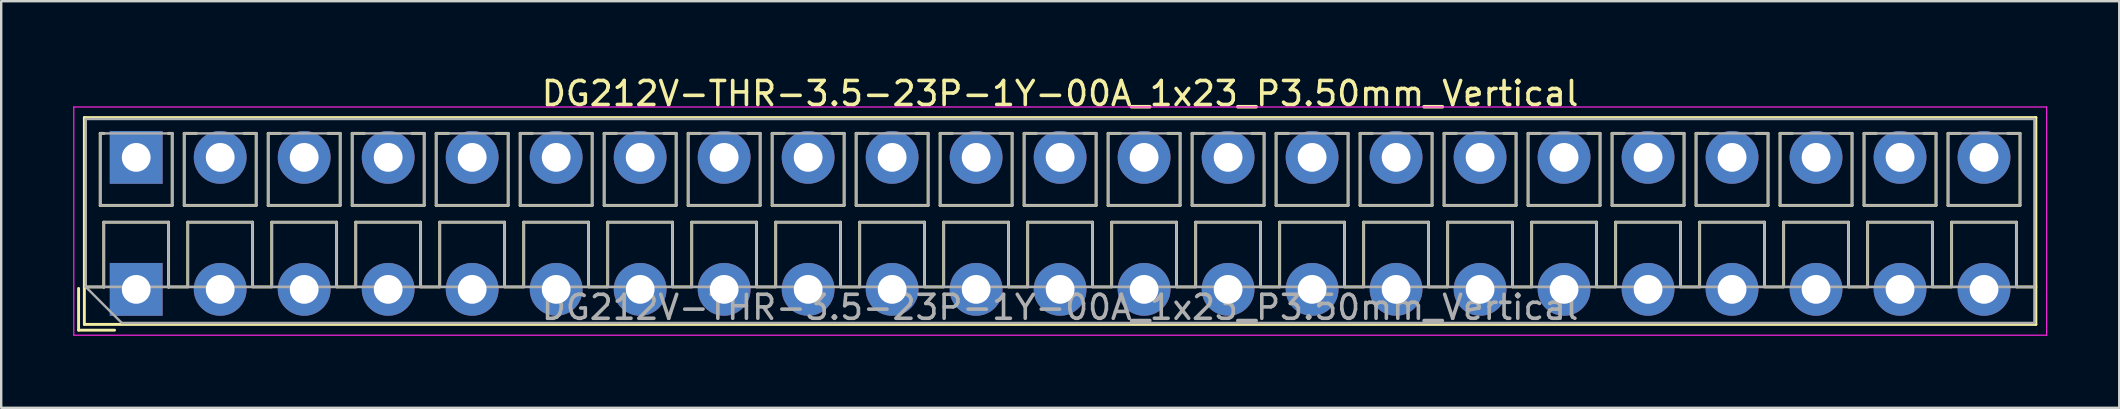
<source format=kicad_pcb>
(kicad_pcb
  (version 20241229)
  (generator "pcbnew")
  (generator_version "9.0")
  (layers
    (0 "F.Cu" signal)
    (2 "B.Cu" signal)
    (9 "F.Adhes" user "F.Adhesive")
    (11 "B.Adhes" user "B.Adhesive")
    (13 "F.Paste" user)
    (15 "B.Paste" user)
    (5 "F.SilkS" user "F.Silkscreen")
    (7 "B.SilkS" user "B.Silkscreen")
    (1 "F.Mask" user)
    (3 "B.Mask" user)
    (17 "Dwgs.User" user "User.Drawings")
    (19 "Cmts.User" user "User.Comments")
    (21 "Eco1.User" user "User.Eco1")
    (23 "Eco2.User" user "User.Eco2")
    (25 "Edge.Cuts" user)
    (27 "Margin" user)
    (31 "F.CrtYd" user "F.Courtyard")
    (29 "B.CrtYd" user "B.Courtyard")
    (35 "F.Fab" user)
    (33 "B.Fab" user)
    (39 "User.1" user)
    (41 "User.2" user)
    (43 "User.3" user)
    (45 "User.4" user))
  (footprint "DG212V-THR-3.5-23P-1Y-00A_1x23_P3.50mm_Vertical"
    (layer "F.Cu")
    (at 2.625 9.008)
    (property "Reference" "DG212V-THR-3.5-23P-1Y-00A_1x23_P3.50mm_Vertical" (at 38.5 -8.16 0) (layer "F.SilkS") (effects (font (size 1 1) (thickness 0.15))))
    (attr through_hole)
    (fp_line (start -2.4 -0.04) (end -2.4 1.7) (stroke (width 0.12) (type solid)) (layer "F.SilkS"))
    (fp_line (start -2.4 1.7) (end -0.9 1.7) (stroke (width 0.12) (type solid)) (layer "F.SilkS"))
    (fp_line (start -2.16 -7.16) (end -2.16 1.46) (stroke (width 0.12) (type solid)) (layer "F.SilkS"))
    (fp_line (start -2.16 -7.16) (end 79.161 -7.16) (stroke (width 0.12) (type solid)) (layer "F.SilkS"))
    (fp_line (start -2.16 -0.1) (end -1.34 -0.1) (stroke (width 0.12) (type solid)) (layer "F.SilkS"))
    (fp_line (start -2.16 1.46) (end 79.161 1.46) (stroke (width 0.12) (type solid)) (layer "F.SilkS"))
    (fp_line (start -1.5 -6.5) (end -1.5 -3.5) (stroke (width 0.12) (type solid)) (layer "F.SilkS"))
    (fp_line (start -1.5 -6.5) (end -1.34 -6.5) (stroke (width 0.12) (type solid)) (layer "F.SilkS"))
    (fp_line (start -1.5 -3.5) (end 1.5 -3.5) (stroke (width 0.12) (type solid)) (layer "F.SilkS"))
    (fp_line (start -1.35 -2.8) (end -1.35 -0.1) (stroke (width 0.12) (type solid)) (layer "F.SilkS"))
    (fp_line (start -1.35 -2.8) (end 1.35 -2.8) (stroke (width 0.12) (type solid)) (layer "F.SilkS"))
    (fp_line (start -1.35 -0.1) (end -1.34 -0.1) (stroke (width 0.12) (type solid)) (layer "F.SilkS"))
    (fp_line (start 1.34 -6.5) (end 1.5 -6.5) (stroke (width 0.12) (type solid)) (layer "F.SilkS"))
    (fp_line (start 1.34 -0.1) (end 1.35 -0.1) (stroke (width 0.12) (type solid)) (layer "F.SilkS"))
    (fp_line (start 1.34 -0.1) (end 2.148 -0.1) (stroke (width 0.12) (type solid)) (layer "F.SilkS"))
    (fp_line (start 1.35 -2.8) (end 1.35 -0.1) (stroke (width 0.12) (type solid)) (layer "F.SilkS"))
    (fp_line (start 1.5 -6.5) (end 1.5 -3.5) (stroke (width 0.12) (type solid)) (layer "F.SilkS"))
    (fp_line (start 2 -6.5) (end 2 -3.5) (stroke (width 0.12) (type solid)) (layer "F.SilkS"))
    (fp_line (start 2 -6.5) (end 2.512 -6.5) (stroke (width 0.12) (type solid)) (layer "F.SilkS"))
    (fp_line (start 2 -3.5) (end 5 -3.5) (stroke (width 0.12) (type solid)) (layer "F.SilkS"))
    (fp_line (start 2.15 -2.8) (end 2.15 -0.183) (stroke (width 0.12) (type solid)) (layer "F.SilkS"))
    (fp_line (start 2.15 -2.8) (end 4.85 -2.8) (stroke (width 0.12) (type solid)) (layer "F.SilkS"))
    (fp_line (start 4.489 -6.5) (end 5 -6.5) (stroke (width 0.12) (type solid)) (layer "F.SilkS"))
    (fp_line (start 4.85 -2.8) (end 4.85 -0.183) (stroke (width 0.12) (type solid)) (layer "F.SilkS"))
    (fp_line (start 4.853 -0.1) (end 5.648 -0.1) (stroke (width 0.12) (type solid)) (layer "F.SilkS"))
    (fp_line (start 5 -6.5) (end 5 -3.5) (stroke (width 0.12) (type solid)) (layer "F.SilkS"))
    (fp_line (start 5.5 -6.5) (end 5.5 -3.5) (stroke (width 0.12) (type solid)) (layer "F.SilkS"))
    (fp_line (start 5.5 -6.5) (end 6.012 -6.5) (stroke (width 0.12) (type solid)) (layer "F.SilkS"))
    (fp_line (start 5.5 -3.5) (end 8.5 -3.5) (stroke (width 0.12) (type solid)) (layer "F.SilkS"))
    (fp_line (start 5.65 -2.8) (end 5.65 -0.183) (stroke (width 0.12) (type solid)) (layer "F.SilkS"))
    (fp_line (start 5.65 -2.8) (end 8.351 -2.8) (stroke (width 0.12) (type solid)) (layer "F.SilkS"))
    (fp_line (start 7.989 -6.5) (end 8.5 -6.5) (stroke (width 0.12) (type solid)) (layer "F.SilkS"))
    (fp_line (start 8.351 -2.8) (end 8.351 -0.183) (stroke (width 0.12) (type solid)) (layer "F.SilkS"))
    (fp_line (start 8.353 -0.1) (end 9.148 -0.1) (stroke (width 0.12) (type solid)) (layer "F.SilkS"))
    (fp_line (start 8.5 -6.5) (end 8.5 -3.5) (stroke (width 0.12) (type solid)) (layer "F.SilkS"))
    (fp_line (start 9 -6.5) (end 9 -3.5) (stroke (width 0.12) (type solid)) (layer "F.SilkS"))
    (fp_line (start 9 -6.5) (end 9.512 -6.5) (stroke (width 0.12) (type solid)) (layer "F.SilkS"))
    (fp_line (start 9 -3.5) (end 12 -3.5) (stroke (width 0.12) (type solid)) (layer "F.SilkS"))
    (fp_line (start 9.15 -2.8) (end 9.15 -0.183) (stroke (width 0.12) (type solid)) (layer "F.SilkS"))
    (fp_line (start 9.15 -2.8) (end 11.851 -2.8) (stroke (width 0.12) (type solid)) (layer "F.SilkS"))
    (fp_line (start 11.489 -6.5) (end 12 -6.5) (stroke (width 0.12) (type solid)) (layer "F.SilkS"))
    (fp_line (start 11.851 -2.8) (end 11.851 -0.183) (stroke (width 0.12) (type solid)) (layer "F.SilkS"))
    (fp_line (start 11.853 -0.1) (end 12.648 -0.1) (stroke (width 0.12) (type solid)) (layer "F.SilkS"))
    (fp_line (start 12 -6.5) (end 12 -3.5) (stroke (width 0.12) (type solid)) (layer "F.SilkS"))
    (fp_line (start 12.5 -6.5) (end 12.5 -3.5) (stroke (width 0.12) (type solid)) (layer "F.SilkS"))
    (fp_line (start 12.5 -6.5) (end 13.012 -6.5) (stroke (width 0.12) (type solid)) (layer "F.SilkS"))
    (fp_line (start 12.5 -3.5) (end 15.5 -3.5) (stroke (width 0.12) (type solid)) (layer "F.SilkS"))
    (fp_line (start 12.65 -2.8) (end 12.65 -0.183) (stroke (width 0.12) (type solid)) (layer "F.SilkS"))
    (fp_line (start 12.65 -2.8) (end 15.351 -2.8) (stroke (width 0.12) (type solid)) (layer "F.SilkS"))
    (fp_line (start 14.989 -6.5) (end 15.5 -6.5) (stroke (width 0.12) (type solid)) (layer "F.SilkS"))
    (fp_line (start 15.351 -2.8) (end 15.351 -0.183) (stroke (width 0.12) (type solid)) (layer "F.SilkS"))
    (fp_line (start 15.353 -0.1) (end 16.148 -0.1) (stroke (width 0.12) (type solid)) (layer "F.SilkS"))
    (fp_line (start 15.5 -6.5) (end 15.5 -3.5) (stroke (width 0.12) (type solid)) (layer "F.SilkS"))
    (fp_line (start 16 -6.5) (end 16 -3.5) (stroke (width 0.12) (type solid)) (layer "F.SilkS"))
    (fp_line (start 16 -6.5) (end 16.512 -6.5) (stroke (width 0.12) (type solid)) (layer "F.SilkS"))
    (fp_line (start 16 -3.5) (end 19 -3.5) (stroke (width 0.12) (type solid)) (layer "F.SilkS"))
    (fp_line (start 16.15 -2.8) (end 16.15 -0.183) (stroke (width 0.12) (type solid)) (layer "F.SilkS"))
    (fp_line (start 16.15 -2.8) (end 18.85 -2.8) (stroke (width 0.12) (type solid)) (layer "F.SilkS"))
    (fp_line (start 18.489 -6.5) (end 19 -6.5) (stroke (width 0.12) (type solid)) (layer "F.SilkS"))
    (fp_line (start 18.85 -2.8) (end 18.85 -0.183) (stroke (width 0.12) (type solid)) (layer "F.SilkS"))
    (fp_line (start 18.853 -0.1) (end 19.648 -0.1) (stroke (width 0.12) (type solid)) (layer "F.SilkS"))
    (fp_line (start 19 -6.5) (end 19 -3.5) (stroke (width 0.12) (type solid)) (layer "F.SilkS"))
    (fp_line (start 19.5 -6.5) (end 19.5 -3.5) (stroke (width 0.12) (type solid)) (layer "F.SilkS"))
    (fp_line (start 19.5 -6.5) (end 20.012 -6.5) (stroke (width 0.12) (type solid)) (layer "F.SilkS"))
    (fp_line (start 19.5 -3.5) (end 22.5 -3.5) (stroke (width 0.12) (type solid)) (layer "F.SilkS"))
    (fp_line (start 19.65 -2.8) (end 19.65 -0.183) (stroke (width 0.12) (type solid)) (layer "F.SilkS"))
    (fp_line (start 19.65 -2.8) (end 22.35 -2.8) (stroke (width 0.12) (type solid)) (layer "F.SilkS"))
    (fp_line (start 21.989 -6.5) (end 22.5 -6.5) (stroke (width 0.12) (type solid)) (layer "F.SilkS"))
    (fp_line (start 22.35 -2.8) (end 22.35 -0.183) (stroke (width 0.12) (type solid)) (layer "F.SilkS"))
    (fp_line (start 22.353 -0.1) (end 23.148 -0.1) (stroke (width 0.12) (type solid)) (layer "F.SilkS"))
    (fp_line (start 22.5 -6.5) (end 22.5 -3.5) (stroke (width 0.12) (type solid)) (layer "F.SilkS"))
    (fp_line (start 23 -6.5) (end 23 -3.5) (stroke (width 0.12) (type solid)) (layer "F.SilkS"))
    (fp_line (start 23 -6.5) (end 23.512 -6.5) (stroke (width 0.12) (type solid)) (layer "F.SilkS"))
    (fp_line (start 23 -3.5) (end 26 -3.5) (stroke (width 0.12) (type solid)) (layer "F.SilkS"))
    (fp_line (start 23.15 -2.8) (end 23.15 -0.183) (stroke (width 0.12) (type solid)) (layer "F.SilkS"))
    (fp_line (start 23.15 -2.8) (end 25.85 -2.8) (stroke (width 0.12) (type solid)) (layer "F.SilkS"))
    (fp_line (start 25.489 -6.5) (end 26 -6.5) (stroke (width 0.12) (type solid)) (layer "F.SilkS"))
    (fp_line (start 25.85 -2.8) (end 25.85 -0.183) (stroke (width 0.12) (type solid)) (layer "F.SilkS"))
    (fp_line (start 25.853 -0.1) (end 26.648 -0.1) (stroke (width 0.12) (type solid)) (layer "F.SilkS"))
    (fp_line (start 26 -6.5) (end 26 -3.5) (stroke (width 0.12) (type solid)) (layer "F.SilkS"))
    (fp_line (start 26.5 -6.5) (end 26.5 -3.5) (stroke (width 0.12) (type solid)) (layer "F.SilkS"))
    (fp_line (start 26.5 -6.5) (end 27.012 -6.5) (stroke (width 0.12) (type solid)) (layer "F.SilkS"))
    (fp_line (start 26.5 -3.5) (end 29.5 -3.5) (stroke (width 0.12) (type solid)) (layer "F.SilkS"))
    (fp_line (start 26.65 -2.8) (end 26.65 -0.183) (stroke (width 0.12) (type solid)) (layer "F.SilkS"))
    (fp_line (start 26.65 -2.8) (end 29.35 -2.8) (stroke (width 0.12) (type solid)) (layer "F.SilkS"))
    (fp_line (start 28.989 -6.5) (end 29.5 -6.5) (stroke (width 0.12) (type solid)) (layer "F.SilkS"))
    (fp_line (start 29.35 -2.8) (end 29.35 -0.183) (stroke (width 0.12) (type solid)) (layer "F.SilkS"))
    (fp_line (start 29.353 -0.1) (end 30.148 -0.1) (stroke (width 0.12) (type solid)) (layer "F.SilkS"))
    (fp_line (start 29.5 -6.5) (end 29.5 -3.5) (stroke (width 0.12) (type solid)) (layer "F.SilkS"))
    (fp_line (start 30 -6.5) (end 30 -3.5) (stroke (width 0.12) (type solid)) (layer "F.SilkS"))
    (fp_line (start 30 -6.5) (end 30.512 -6.5) (stroke (width 0.12) (type solid)) (layer "F.SilkS"))
    (fp_line (start 30 -3.5) (end 33 -3.5) (stroke (width 0.12) (type solid)) (layer "F.SilkS"))
    (fp_line (start 30.15 -2.8) (end 30.15 -0.183) (stroke (width 0.12) (type solid)) (layer "F.SilkS"))
    (fp_line (start 30.15 -2.8) (end 32.85 -2.8) (stroke (width 0.12) (type solid)) (layer "F.SilkS"))
    (fp_line (start 32.489 -6.5) (end 33 -6.5) (stroke (width 0.12) (type solid)) (layer "F.SilkS"))
    (fp_line (start 32.85 -2.8) (end 32.85 -0.183) (stroke (width 0.12) (type solid)) (layer "F.SilkS"))
    (fp_line (start 32.853 -0.1) (end 33.648 -0.1) (stroke (width 0.12) (type solid)) (layer "F.SilkS"))
    (fp_line (start 33 -6.5) (end 33 -3.5) (stroke (width 0.12) (type solid)) (layer "F.SilkS"))
    (fp_line (start 33.5 -6.5) (end 33.5 -3.5) (stroke (width 0.12) (type solid)) (layer "F.SilkS"))
    (fp_line (start 33.5 -6.5) (end 34.012 -6.5) (stroke (width 0.12) (type solid)) (layer "F.SilkS"))
    (fp_line (start 33.5 -3.5) (end 36.5 -3.5) (stroke (width 0.12) (type solid)) (layer "F.SilkS"))
    (fp_line (start 33.65 -2.8) (end 33.65 -0.183) (stroke (width 0.12) (type solid)) (layer "F.SilkS"))
    (fp_line (start 33.65 -2.8) (end 36.35 -2.8) (stroke (width 0.12) (type solid)) (layer "F.SilkS"))
    (fp_line (start 35.989 -6.5) (end 36.5 -6.5) (stroke (width 0.12) (type solid)) (layer "F.SilkS"))
    (fp_line (start 36.35 -2.8) (end 36.35 -0.183) (stroke (width 0.12) (type solid)) (layer "F.SilkS"))
    (fp_line (start 36.353 -0.1) (end 37.148 -0.1) (stroke (width 0.12) (type solid)) (layer "F.SilkS"))
    (fp_line (start 36.5 -6.5) (end 36.5 -3.5) (stroke (width 0.12) (type solid)) (layer "F.SilkS"))
    (fp_line (start 37 -6.5) (end 37 -3.5) (stroke (width 0.12) (type solid)) (layer "F.SilkS"))
    (fp_line (start 37 -6.5) (end 37.512 -6.5) (stroke (width 0.12) (type solid)) (layer "F.SilkS"))
    (fp_line (start 37 -3.5) (end 40 -3.5) (stroke (width 0.12) (type solid)) (layer "F.SilkS"))
    (fp_line (start 37.15 -2.8) (end 37.15 -0.183) (stroke (width 0.12) (type solid)) (layer "F.SilkS"))
    (fp_line (start 37.15 -2.8) (end 39.85 -2.8) (stroke (width 0.12) (type solid)) (layer "F.SilkS"))
    (fp_line (start 39.489 -6.5) (end 40 -6.5) (stroke (width 0.12) (type solid)) (layer "F.SilkS"))
    (fp_line (start 39.85 -2.8) (end 39.85 -0.183) (stroke (width 0.12) (type solid)) (layer "F.SilkS"))
    (fp_line (start 39.853 -0.1) (end 40.648 -0.1) (stroke (width 0.12) (type solid)) (layer "F.SilkS"))
    (fp_line (start 40 -6.5) (end 40 -3.5) (stroke (width 0.12) (type solid)) (layer "F.SilkS"))
    (fp_line (start 40.5 -6.5) (end 40.5 -3.5) (stroke (width 0.12) (type solid)) (layer "F.SilkS"))
    (fp_line (start 40.5 -6.5) (end 41.012 -6.5) (stroke (width 0.12) (type solid)) (layer "F.SilkS"))
    (fp_line (start 40.5 -3.5) (end 43.5 -3.5) (stroke (width 0.12) (type solid)) (layer "F.SilkS"))
    (fp_line (start 40.65 -2.8) (end 40.65 -0.183) (stroke (width 0.12) (type solid)) (layer "F.SilkS"))
    (fp_line (start 40.65 -2.8) (end 43.35 -2.8) (stroke (width 0.12) (type solid)) (layer "F.SilkS"))
    (fp_line (start 42.989 -6.5) (end 43.5 -6.5) (stroke (width 0.12) (type solid)) (layer "F.SilkS"))
    (fp_line (start 43.35 -2.8) (end 43.35 -0.183) (stroke (width 0.12) (type solid)) (layer "F.SilkS"))
    (fp_line (start 43.353 -0.1) (end 44.148 -0.1) (stroke (width 0.12) (type solid)) (layer "F.SilkS"))
    (fp_line (start 43.5 -6.5) (end 43.5 -3.5) (stroke (width 0.12) (type solid)) (layer "F.SilkS"))
    (fp_line (start 44 -6.5) (end 44 -3.5) (stroke (width 0.12) (type solid)) (layer "F.SilkS"))
    (fp_line (start 44 -6.5) (end 44.512 -6.5) (stroke (width 0.12) (type solid)) (layer "F.SilkS"))
    (fp_line (start 44 -3.5) (end 47 -3.5) (stroke (width 0.12) (type solid)) (layer "F.SilkS"))
    (fp_line (start 44.15 -2.8) (end 44.15 -0.183) (stroke (width 0.12) (type solid)) (layer "F.SilkS"))
    (fp_line (start 44.15 -2.8) (end 46.85 -2.8) (stroke (width 0.12) (type solid)) (layer "F.SilkS"))
    (fp_line (start 46.489 -6.5) (end 47 -6.5) (stroke (width 0.12) (type solid)) (layer "F.SilkS"))
    (fp_line (start 46.85 -2.8) (end 46.85 -0.183) (stroke (width 0.12) (type solid)) (layer "F.SilkS"))
    (fp_line (start 46.853 -0.1) (end 47.648 -0.1) (stroke (width 0.12) (type solid)) (layer "F.SilkS"))
    (fp_line (start 47 -6.5) (end 47 -3.5) (stroke (width 0.12) (type solid)) (layer "F.SilkS"))
    (fp_line (start 47.5 -6.5) (end 47.5 -3.5) (stroke (width 0.12) (type solid)) (layer "F.SilkS"))
    (fp_line (start 47.5 -6.5) (end 48.012 -6.5) (stroke (width 0.12) (type solid)) (layer "F.SilkS"))
    (fp_line (start 47.5 -3.5) (end 50.5 -3.5) (stroke (width 0.12) (type solid)) (layer "F.SilkS"))
    (fp_line (start 47.65 -2.8) (end 47.65 -0.183) (stroke (width 0.12) (type solid)) (layer "F.SilkS"))
    (fp_line (start 47.65 -2.8) (end 50.35 -2.8) (stroke (width 0.12) (type solid)) (layer "F.SilkS"))
    (fp_line (start 49.989 -6.5) (end 50.5 -6.5) (stroke (width 0.12) (type solid)) (layer "F.SilkS"))
    (fp_line (start 50.35 -2.8) (end 50.35 -0.183) (stroke (width 0.12) (type solid)) (layer "F.SilkS"))
    (fp_line (start 50.353 -0.1) (end 51.148 -0.1) (stroke (width 0.12) (type solid)) (layer "F.SilkS"))
    (fp_line (start 50.5 -6.5) (end 50.5 -3.5) (stroke (width 0.12) (type solid)) (layer "F.SilkS"))
    (fp_line (start 51 -6.5) (end 51 -3.5) (stroke (width 0.12) (type solid)) (layer "F.SilkS"))
    (fp_line (start 51 -6.5) (end 51.512 -6.5) (stroke (width 0.12) (type solid)) (layer "F.SilkS"))
    (fp_line (start 51 -3.5) (end 54 -3.5) (stroke (width 0.12) (type solid)) (layer "F.SilkS"))
    (fp_line (start 51.15 -2.8) (end 51.15 -0.183) (stroke (width 0.12) (type solid)) (layer "F.SilkS"))
    (fp_line (start 51.15 -2.8) (end 53.85 -2.8) (stroke (width 0.12) (type solid)) (layer "F.SilkS"))
    (fp_line (start 53.489 -6.5) (end 54 -6.5) (stroke (width 0.12) (type solid)) (layer "F.SilkS"))
    (fp_line (start 53.85 -2.8) (end 53.85 -0.183) (stroke (width 0.12) (type solid)) (layer "F.SilkS"))
    (fp_line (start 53.853 -0.1) (end 54.648 -0.1) (stroke (width 0.12) (type solid)) (layer "F.SilkS"))
    (fp_line (start 54 -6.5) (end 54 -3.5) (stroke (width 0.12) (type solid)) (layer "F.SilkS"))
    (fp_line (start 54.5 -6.5) (end 54.5 -3.5) (stroke (width 0.12) (type solid)) (layer "F.SilkS"))
    (fp_line (start 54.5 -6.5) (end 55.012 -6.5) (stroke (width 0.12) (type solid)) (layer "F.SilkS"))
    (fp_line (start 54.5 -3.5) (end 57.5 -3.5) (stroke (width 0.12) (type solid)) (layer "F.SilkS"))
    (fp_line (start 54.65 -2.8) (end 54.65 -0.183) (stroke (width 0.12) (type solid)) (layer "F.SilkS"))
    (fp_line (start 54.65 -2.8) (end 57.35 -2.8) (stroke (width 0.12) (type solid)) (layer "F.SilkS"))
    (fp_line (start 56.989 -6.5) (end 57.5 -6.5) (stroke (width 0.12) (type solid)) (layer "F.SilkS"))
    (fp_line (start 57.35 -2.8) (end 57.35 -0.183) (stroke (width 0.12) (type solid)) (layer "F.SilkS"))
    (fp_line (start 57.353 -0.1) (end 58.148 -0.1) (stroke (width 0.12) (type solid)) (layer "F.SilkS"))
    (fp_line (start 57.5 -6.5) (end 57.5 -3.5) (stroke (width 0.12) (type solid)) (layer "F.SilkS"))
    (fp_line (start 58 -6.5) (end 58 -3.5) (stroke (width 0.12) (type solid)) (layer "F.SilkS"))
    (fp_line (start 58 -6.5) (end 58.512 -6.5) (stroke (width 0.12) (type solid)) (layer "F.SilkS"))
    (fp_line (start 58 -3.5) (end 61 -3.5) (stroke (width 0.12) (type solid)) (layer "F.SilkS"))
    (fp_line (start 58.15 -2.8) (end 58.15 -0.183) (stroke (width 0.12) (type solid)) (layer "F.SilkS"))
    (fp_line (start 58.15 -2.8) (end 60.85 -2.8) (stroke (width 0.12) (type solid)) (layer "F.SilkS"))
    (fp_line (start 60.489 -6.5) (end 61 -6.5) (stroke (width 0.12) (type solid)) (layer "F.SilkS"))
    (fp_line (start 60.85 -2.8) (end 60.85 -0.183) (stroke (width 0.12) (type solid)) (layer "F.SilkS"))
    (fp_line (start 60.853 -0.1) (end 61.648 -0.1) (stroke (width 0.12) (type solid)) (layer "F.SilkS"))
    (fp_line (start 61 -6.5) (end 61 -3.5) (stroke (width 0.12) (type solid)) (layer "F.SilkS"))
    (fp_line (start 61.5 -6.5) (end 61.5 -3.5) (stroke (width 0.12) (type solid)) (layer "F.SilkS"))
    (fp_line (start 61.5 -6.5) (end 62.012 -6.5) (stroke (width 0.12) (type solid)) (layer "F.SilkS"))
    (fp_line (start 61.5 -3.5) (end 64.5 -3.5) (stroke (width 0.12) (type solid)) (layer "F.SilkS"))
    (fp_line (start 61.65 -2.8) (end 61.65 -0.183) (stroke (width 0.12) (type solid)) (layer "F.SilkS"))
    (fp_line (start 61.65 -2.8) (end 64.35 -2.8) (stroke (width 0.12) (type solid)) (layer "F.SilkS"))
    (fp_line (start 63.989 -6.5) (end 64.5 -6.5) (stroke (width 0.12) (type solid)) (layer "F.SilkS"))
    (fp_line (start 64.35 -2.8) (end 64.35 -0.183) (stroke (width 0.12) (type solid)) (layer "F.SilkS"))
    (fp_line (start 64.353 -0.1) (end 65.148 -0.1) (stroke (width 0.12) (type solid)) (layer "F.SilkS"))
    (fp_line (start 64.5 -6.5) (end 64.5 -3.5) (stroke (width 0.12) (type solid)) (layer "F.SilkS"))
    (fp_line (start 65 -6.5) (end 65 -3.5) (stroke (width 0.12) (type solid)) (layer "F.SilkS"))
    (fp_line (start 65 -6.5) (end 65.512 -6.5) (stroke (width 0.12) (type solid)) (layer "F.SilkS"))
    (fp_line (start 65 -3.5) (end 68 -3.5) (stroke (width 0.12) (type solid)) (layer "F.SilkS"))
    (fp_line (start 65.151 -2.8) (end 65.151 -0.183) (stroke (width 0.12) (type solid)) (layer "F.SilkS"))
    (fp_line (start 65.151 -2.8) (end 67.85 -2.8) (stroke (width 0.12) (type solid)) (layer "F.SilkS"))
    (fp_line (start 67.489 -6.5) (end 68 -6.5) (stroke (width 0.12) (type solid)) (layer "F.SilkS"))
    (fp_line (start 67.85 -2.8) (end 67.85 -0.183) (stroke (width 0.12) (type solid)) (layer "F.SilkS"))
    (fp_line (start 67.853 -0.1) (end 68.648 -0.1) (stroke (width 0.12) (type solid)) (layer "F.SilkS"))
    (fp_line (start 68 -6.5) (end 68 -3.5) (stroke (width 0.12) (type solid)) (layer "F.SilkS"))
    (fp_line (start 68.5 -6.5) (end 68.5 -3.5) (stroke (width 0.12) (type solid)) (layer "F.SilkS"))
    (fp_line (start 68.5 -6.5) (end 69.012 -6.5) (stroke (width 0.12) (type solid)) (layer "F.SilkS"))
    (fp_line (start 68.5 -3.5) (end 71.5 -3.5) (stroke (width 0.12) (type solid)) (layer "F.SilkS"))
    (fp_line (start 68.65 -2.8) (end 68.65 -0.183) (stroke (width 0.12) (type solid)) (layer "F.SilkS"))
    (fp_line (start 68.65 -2.8) (end 71.35 -2.8) (stroke (width 0.12) (type solid)) (layer "F.SilkS"))
    (fp_line (start 70.989 -6.5) (end 71.5 -6.5) (stroke (width 0.12) (type solid)) (layer "F.SilkS"))
    (fp_line (start 71.35 -2.8) (end 71.35 -0.183) (stroke (width 0.12) (type solid)) (layer "F.SilkS"))
    (fp_line (start 71.353 -0.1) (end 72.148 -0.1) (stroke (width 0.12) (type solid)) (layer "F.SilkS"))
    (fp_line (start 71.5 -6.5) (end 71.5 -3.5) (stroke (width 0.12) (type solid)) (layer "F.SilkS"))
    (fp_line (start 72 -6.5) (end 72 -3.5) (stroke (width 0.12) (type solid)) (layer "F.SilkS"))
    (fp_line (start 72 -6.5) (end 72.512 -6.5) (stroke (width 0.12) (type solid)) (layer "F.SilkS"))
    (fp_line (start 72 -3.5) (end 75 -3.5) (stroke (width 0.12) (type solid)) (layer "F.SilkS"))
    (fp_line (start 72.15 -2.8) (end 72.15 -0.183) (stroke (width 0.12) (type solid)) (layer "F.SilkS"))
    (fp_line (start 72.15 -2.8) (end 74.85 -2.8) (stroke (width 0.12) (type solid)) (layer "F.SilkS"))
    (fp_line (start 74.489 -6.5) (end 75 -6.5) (stroke (width 0.12) (type solid)) (layer "F.SilkS"))
    (fp_line (start 74.85 -2.8) (end 74.85 -0.183) (stroke (width 0.12) (type solid)) (layer "F.SilkS"))
    (fp_line (start 74.853 -0.1) (end 75.648 -0.1) (stroke (width 0.12) (type solid)) (layer "F.SilkS"))
    (fp_line (start 75 -6.5) (end 75 -3.5) (stroke (width 0.12) (type solid)) (layer "F.SilkS"))
    (fp_line (start 75.5 -6.5) (end 75.5 -3.5) (stroke (width 0.12) (type solid)) (layer "F.SilkS"))
    (fp_line (start 75.5 -6.5) (end 76.012 -6.5) (stroke (width 0.12) (type solid)) (layer "F.SilkS"))
    (fp_line (start 75.5 -3.5) (end 78.5 -3.5) (stroke (width 0.12) (type solid)) (layer "F.SilkS"))
    (fp_line (start 75.65 -2.8) (end 75.65 -0.183) (stroke (width 0.12) (type solid)) (layer "F.SilkS"))
    (fp_line (start 75.65 -2.8) (end 78.35 -2.8) (stroke (width 0.12) (type solid)) (layer "F.SilkS"))
    (fp_line (start 77.989 -6.5) (end 78.5 -6.5) (stroke (width 0.12) (type solid)) (layer "F.SilkS"))
    (fp_line (start 78.35 -2.8) (end 78.35 -0.183) (stroke (width 0.12) (type solid)) (layer "F.SilkS"))
    (fp_line (start 78.353 -0.1) (end 79.161 -0.1) (stroke (width 0.12) (type solid)) (layer "F.SilkS"))
    (fp_line (start 78.5 -6.5) (end 78.5 -3.5) (stroke (width 0.12) (type solid)) (layer "F.SilkS"))
    (fp_line (start 79.161 -7.16) (end 79.161 1.46) (stroke (width 0.12) (type solid)) (layer "F.SilkS"))
    (fp_line (start -2.6 -7.6) (end -2.6 1.91) (stroke (width 0.05) (type solid)) (layer "F.CrtYd"))
    (fp_line (start -2.6 1.91) (end 79.61 1.91) (stroke (width 0.05) (type solid)) (layer "F.CrtYd"))
    (fp_line (start 79.61 -7.6) (end -2.6 -7.6) (stroke (width 0.05) (type solid)) (layer "F.CrtYd"))
    (fp_line (start 79.61 1.91) (end 79.61 -7.6) (stroke (width 0.05) (type solid)) (layer "F.CrtYd"))
    (fp_line (start -2.1 -7.1) (end 79.1 -7.1) (stroke (width 0.1) (type solid)) (layer "F.Fab"))
    (fp_line (start -2.1 -0.1) (end -2.1 -7.1) (stroke (width 0.1) (type solid)) (layer "F.Fab"))
    (fp_line (start -2.1 -0.1) (end 79.1 -0.1) (stroke (width 0.1) (type solid)) (layer "F.Fab"))
    (fp_line (start -1.5 -6.5) (end -1.5 -3.5) (stroke (width 0.1) (type solid)) (layer "F.Fab"))
    (fp_line (start -1.5 -3.5) (end 1.5 -3.5) (stroke (width 0.1) (type solid)) (layer "F.Fab"))
    (fp_line (start -1.35 -2.8) (end -1.35 -0.1) (stroke (width 0.1) (type solid)) (layer "F.Fab"))
    (fp_line (start -1.35 -0.1) (end 1.35 -0.1) (stroke (width 0.1) (type solid)) (layer "F.Fab"))
    (fp_line (start -0.6 1.4) (end -2.1 -0.1) (stroke (width 0.1) (type solid)) (layer "F.Fab"))
    (fp_line (start 1.35 -2.8) (end -1.35 -2.8) (stroke (width 0.1) (type solid)) (layer "F.Fab"))
    (fp_line (start 1.35 -0.1) (end 1.35 -2.8) (stroke (width 0.1) (type solid)) (layer "F.Fab"))
    (fp_line (start 1.5 -6.5) (end -1.5 -6.5) (stroke (width 0.1) (type solid)) (layer "F.Fab"))
    (fp_line (start 1.5 -3.5) (end 1.5 -6.5) (stroke (width 0.1) (type solid)) (layer "F.Fab"))
    (fp_line (start 2 -6.5) (end 2 -3.5) (stroke (width 0.1) (type solid)) (layer "F.Fab"))
    (fp_line (start 2 -3.5) (end 5 -3.5) (stroke (width 0.1) (type solid)) (layer "F.Fab"))
    (fp_line (start 2.15 -2.8) (end 2.15 -0.1) (stroke (width 0.1) (type solid)) (layer "F.Fab"))
    (fp_line (start 2.15 -0.1) (end 4.85 -0.1) (stroke (width 0.1) (type solid)) (layer "F.Fab"))
    (fp_line (start 4.85 -2.8) (end 2.15 -2.8) (stroke (width 0.1) (type solid)) (layer "F.Fab"))
    (fp_line (start 4.85 -0.1) (end 4.85 -2.8) (stroke (width 0.1) (type solid)) (layer "F.Fab"))
    (fp_line (start 5 -6.5) (end 2 -6.5) (stroke (width 0.1) (type solid)) (layer "F.Fab"))
    (fp_line (start 5 -3.5) (end 5 -6.5) (stroke (width 0.1) (type solid)) (layer "F.Fab"))
    (fp_line (start 5.5 -6.5) (end 5.5 -3.5) (stroke (width 0.1) (type solid)) (layer "F.Fab"))
    (fp_line (start 5.5 -3.5) (end 8.5 -3.5) (stroke (width 0.1) (type solid)) (layer "F.Fab"))
    (fp_line (start 5.65 -2.8) (end 5.65 -0.1) (stroke (width 0.1) (type solid)) (layer "F.Fab"))
    (fp_line (start 5.65 -0.1) (end 8.351 -0.1) (stroke (width 0.1) (type solid)) (layer "F.Fab"))
    (fp_line (start 8.351 -2.8) (end 5.65 -2.8) (stroke (width 0.1) (type solid)) (layer "F.Fab"))
    (fp_line (start 8.351 -0.1) (end 8.351 -2.8) (stroke (width 0.1) (type solid)) (layer "F.Fab"))
    (fp_line (start 8.5 -6.5) (end 5.5 -6.5) (stroke (width 0.1) (type solid)) (layer "F.Fab"))
    (fp_line (start 8.5 -3.5) (end 8.5 -6.5) (stroke (width 0.1) (type solid)) (layer "F.Fab"))
    (fp_line (start 9 -6.5) (end 9 -3.5) (stroke (width 0.1) (type solid)) (layer "F.Fab"))
    (fp_line (start 9 -3.5) (end 12 -3.5) (stroke (width 0.1) (type solid)) (layer "F.Fab"))
    (fp_line (start 9.15 -2.8) (end 9.15 -0.1) (stroke (width 0.1) (type solid)) (layer "F.Fab"))
    (fp_line (start 9.15 -0.1) (end 11.851 -0.1) (stroke (width 0.1) (type solid)) (layer "F.Fab"))
    (fp_line (start 11.851 -2.8) (end 9.15 -2.8) (stroke (width 0.1) (type solid)) (layer "F.Fab"))
    (fp_line (start 11.851 -0.1) (end 11.851 -2.8) (stroke (width 0.1) (type solid)) (layer "F.Fab"))
    (fp_line (start 12 -6.5) (end 9 -6.5) (stroke (width 0.1) (type solid)) (layer "F.Fab"))
    (fp_line (start 12 -3.5) (end 12 -6.5) (stroke (width 0.1) (type solid)) (layer "F.Fab"))
    (fp_line (start 12.5 -6.5) (end 12.5 -3.5) (stroke (width 0.1) (type solid)) (layer "F.Fab"))
    (fp_line (start 12.5 -3.5) (end 15.5 -3.5) (stroke (width 0.1) (type solid)) (layer "F.Fab"))
    (fp_line (start 12.65 -2.8) (end 12.65 -0.1) (stroke (width 0.1) (type solid)) (layer "F.Fab"))
    (fp_line (start 12.65 -0.1) (end 15.351 -0.1) (stroke (width 0.1) (type solid)) (layer "F.Fab"))
    (fp_line (start 15.351 -2.8) (end 12.65 -2.8) (stroke (width 0.1) (type solid)) (layer "F.Fab"))
    (fp_line (start 15.351 -0.1) (end 15.351 -2.8) (stroke (width 0.1) (type solid)) (layer "F.Fab"))
    (fp_line (start 15.5 -6.5) (end 12.5 -6.5) (stroke (width 0.1) (type solid)) (layer "F.Fab"))
    (fp_line (start 15.5 -3.5) (end 15.5 -6.5) (stroke (width 0.1) (type solid)) (layer "F.Fab"))
    (fp_line (start 16 -6.5) (end 16 -3.5) (stroke (width 0.1) (type solid)) (layer "F.Fab"))
    (fp_line (start 16 -3.5) (end 19 -3.5) (stroke (width 0.1) (type solid)) (layer "F.Fab"))
    (fp_line (start 16.15 -2.8) (end 16.15 -0.1) (stroke (width 0.1) (type solid)) (layer "F.Fab"))
    (fp_line (start 16.15 -0.1) (end 18.85 -0.1) (stroke (width 0.1) (type solid)) (layer "F.Fab"))
    (fp_line (start 18.85 -2.8) (end 16.15 -2.8) (stroke (width 0.1) (type solid)) (layer "F.Fab"))
    (fp_line (start 18.85 -0.1) (end 18.85 -2.8) (stroke (width 0.1) (type solid)) (layer "F.Fab"))
    (fp_line (start 19 -6.5) (end 16 -6.5) (stroke (width 0.1) (type solid)) (layer "F.Fab"))
    (fp_line (start 19 -3.5) (end 19 -6.5) (stroke (width 0.1) (type solid)) (layer "F.Fab"))
    (fp_line (start 19.5 -6.5) (end 19.5 -3.5) (stroke (width 0.1) (type solid)) (layer "F.Fab"))
    (fp_line (start 19.5 -3.5) (end 22.5 -3.5) (stroke (width 0.1) (type solid)) (layer "F.Fab"))
    (fp_line (start 19.65 -2.8) (end 19.65 -0.1) (stroke (width 0.1) (type solid)) (layer "F.Fab"))
    (fp_line (start 19.65 -0.1) (end 22.35 -0.1) (stroke (width 0.1) (type solid)) (layer "F.Fab"))
    (fp_line (start 22.35 -2.8) (end 19.65 -2.8) (stroke (width 0.1) (type solid)) (layer "F.Fab"))
    (fp_line (start 22.35 -0.1) (end 22.35 -2.8) (stroke (width 0.1) (type solid)) (layer "F.Fab"))
    (fp_line (start 22.5 -6.5) (end 19.5 -6.5) (stroke (width 0.1) (type solid)) (layer "F.Fab"))
    (fp_line (start 22.5 -3.5) (end 22.5 -6.5) (stroke (width 0.1) (type solid)) (layer "F.Fab"))
    (fp_line (start 23 -6.5) (end 23 -3.5) (stroke (width 0.1) (type solid)) (layer "F.Fab"))
    (fp_line (start 23 -3.5) (end 26 -3.5) (stroke (width 0.1) (type solid)) (layer "F.Fab"))
    (fp_line (start 23.15 -2.8) (end 23.15 -0.1) (stroke (width 0.1) (type solid)) (layer "F.Fab"))
    (fp_line (start 23.15 -0.1) (end 25.85 -0.1) (stroke (width 0.1) (type solid)) (layer "F.Fab"))
    (fp_line (start 25.85 -2.8) (end 23.15 -2.8) (stroke (width 0.1) (type solid)) (layer "F.Fab"))
    (fp_line (start 25.85 -0.1) (end 25.85 -2.8) (stroke (width 0.1) (type solid)) (layer "F.Fab"))
    (fp_line (start 26 -6.5) (end 23 -6.5) (stroke (width 0.1) (type solid)) (layer "F.Fab"))
    (fp_line (start 26 -3.5) (end 26 -6.5) (stroke (width 0.1) (type solid)) (layer "F.Fab"))
    (fp_line (start 26.5 -6.5) (end 26.5 -3.5) (stroke (width 0.1) (type solid)) (layer "F.Fab"))
    (fp_line (start 26.5 -3.5) (end 29.5 -3.5) (stroke (width 0.1) (type solid)) (layer "F.Fab"))
    (fp_line (start 26.65 -2.8) (end 26.65 -0.1) (stroke (width 0.1) (type solid)) (layer "F.Fab"))
    (fp_line (start 26.65 -0.1) (end 29.35 -0.1) (stroke (width 0.1) (type solid)) (layer "F.Fab"))
    (fp_line (start 29.35 -2.8) (end 26.65 -2.8) (stroke (width 0.1) (type solid)) (layer "F.Fab"))
    (fp_line (start 29.35 -0.1) (end 29.35 -2.8) (stroke (width 0.1) (type solid)) (layer "F.Fab"))
    (fp_line (start 29.5 -6.5) (end 26.5 -6.5) (stroke (width 0.1) (type solid)) (layer "F.Fab"))
    (fp_line (start 29.5 -3.5) (end 29.5 -6.5) (stroke (width 0.1) (type solid)) (layer "F.Fab"))
    (fp_line (start 30 -6.5) (end 30 -3.5) (stroke (width 0.1) (type solid)) (layer "F.Fab"))
    (fp_line (start 30 -3.5) (end 33 -3.5) (stroke (width 0.1) (type solid)) (layer "F.Fab"))
    (fp_line (start 30.15 -2.8) (end 30.15 -0.1) (stroke (width 0.1) (type solid)) (layer "F.Fab"))
    (fp_line (start 30.15 -0.1) (end 32.85 -0.1) (stroke (width 0.1) (type solid)) (layer "F.Fab"))
    (fp_line (start 32.85 -2.8) (end 30.15 -2.8) (stroke (width 0.1) (type solid)) (layer "F.Fab"))
    (fp_line (start 32.85 -0.1) (end 32.85 -2.8) (stroke (width 0.1) (type solid)) (layer "F.Fab"))
    (fp_line (start 33 -6.5) (end 30 -6.5) (stroke (width 0.1) (type solid)) (layer "F.Fab"))
    (fp_line (start 33 -3.5) (end 33 -6.5) (stroke (width 0.1) (type solid)) (layer "F.Fab"))
    (fp_line (start 33.5 -6.5) (end 33.5 -3.5) (stroke (width 0.1) (type solid)) (layer "F.Fab"))
    (fp_line (start 33.5 -3.5) (end 36.5 -3.5) (stroke (width 0.1) (type solid)) (layer "F.Fab"))
    (fp_line (start 33.65 -2.8) (end 33.65 -0.1) (stroke (width 0.1) (type solid)) (layer "F.Fab"))
    (fp_line (start 33.65 -0.1) (end 36.35 -0.1) (stroke (width 0.1) (type solid)) (layer "F.Fab"))
    (fp_line (start 36.35 -2.8) (end 33.65 -2.8) (stroke (width 0.1) (type solid)) (layer "F.Fab"))
    (fp_line (start 36.35 -0.1) (end 36.35 -2.8) (stroke (width 0.1) (type solid)) (layer "F.Fab"))
    (fp_line (start 36.5 -6.5) (end 33.5 -6.5) (stroke (width 0.1) (type solid)) (layer "F.Fab"))
    (fp_line (start 36.5 -3.5) (end 36.5 -6.5) (stroke (width 0.1) (type solid)) (layer "F.Fab"))
    (fp_line (start 37 -6.5) (end 37 -3.5) (stroke (width 0.1) (type solid)) (layer "F.Fab"))
    (fp_line (start 37 -3.5) (end 40 -3.5) (stroke (width 0.1) (type solid)) (layer "F.Fab"))
    (fp_line (start 37.15 -2.8) (end 37.15 -0.1) (stroke (width 0.1) (type solid)) (layer "F.Fab"))
    (fp_line (start 37.15 -0.1) (end 39.85 -0.1) (stroke (width 0.1) (type solid)) (layer "F.Fab"))
    (fp_line (start 39.85 -2.8) (end 37.15 -2.8) (stroke (width 0.1) (type solid)) (layer "F.Fab"))
    (fp_line (start 39.85 -0.1) (end 39.85 -2.8) (stroke (width 0.1) (type solid)) (layer "F.Fab"))
    (fp_line (start 40 -6.5) (end 37 -6.5) (stroke (width 0.1) (type solid)) (layer "F.Fab"))
    (fp_line (start 40 -3.5) (end 40 -6.5) (stroke (width 0.1) (type solid)) (layer "F.Fab"))
    (fp_line (start 40.5 -6.5) (end 40.5 -3.5) (stroke (width 0.1) (type solid)) (layer "F.Fab"))
    (fp_line (start 40.5 -3.5) (end 43.5 -3.5) (stroke (width 0.1) (type solid)) (layer "F.Fab"))
    (fp_line (start 40.65 -2.8) (end 40.65 -0.1) (stroke (width 0.1) (type solid)) (layer "F.Fab"))
    (fp_line (start 40.65 -0.1) (end 43.35 -0.1) (stroke (width 0.1) (type solid)) (layer "F.Fab"))
    (fp_line (start 43.35 -2.8) (end 40.65 -2.8) (stroke (width 0.1) (type solid)) (layer "F.Fab"))
    (fp_line (start 43.35 -0.1) (end 43.35 -2.8) (stroke (width 0.1) (type solid)) (layer "F.Fab"))
    (fp_line (start 43.5 -6.5) (end 40.5 -6.5) (stroke (width 0.1) (type solid)) (layer "F.Fab"))
    (fp_line (start 43.5 -3.5) (end 43.5 -6.5) (stroke (width 0.1) (type solid)) (layer "F.Fab"))
    (fp_line (start 44 -6.5) (end 44 -3.5) (stroke (width 0.1) (type solid)) (layer "F.Fab"))
    (fp_line (start 44 -3.5) (end 47 -3.5) (stroke (width 0.1) (type solid)) (layer "F.Fab"))
    (fp_line (start 44.15 -2.8) (end 44.15 -0.1) (stroke (width 0.1) (type solid)) (layer "F.Fab"))
    (fp_line (start 44.15 -0.1) (end 46.85 -0.1) (stroke (width 0.1) (type solid)) (layer "F.Fab"))
    (fp_line (start 46.85 -2.8) (end 44.15 -2.8) (stroke (width 0.1) (type solid)) (layer "F.Fab"))
    (fp_line (start 46.85 -0.1) (end 46.85 -2.8) (stroke (width 0.1) (type solid)) (layer "F.Fab"))
    (fp_line (start 47 -6.5) (end 44 -6.5) (stroke (width 0.1) (type solid)) (layer "F.Fab"))
    (fp_line (start 47 -3.5) (end 47 -6.5) (stroke (width 0.1) (type solid)) (layer "F.Fab"))
    (fp_line (start 47.5 -6.5) (end 47.5 -3.5) (stroke (width 0.1) (type solid)) (layer "F.Fab"))
    (fp_line (start 47.5 -3.5) (end 50.5 -3.5) (stroke (width 0.1) (type solid)) (layer "F.Fab"))
    (fp_line (start 47.65 -2.8) (end 47.65 -0.1) (stroke (width 0.1) (type solid)) (layer "F.Fab"))
    (fp_line (start 47.65 -0.1) (end 50.35 -0.1) (stroke (width 0.1) (type solid)) (layer "F.Fab"))
    (fp_line (start 50.35 -2.8) (end 47.65 -2.8) (stroke (width 0.1) (type solid)) (layer "F.Fab"))
    (fp_line (start 50.35 -0.1) (end 50.35 -2.8) (stroke (width 0.1) (type solid)) (layer "F.Fab"))
    (fp_line (start 50.5 -6.5) (end 47.5 -6.5) (stroke (width 0.1) (type solid)) (layer "F.Fab"))
    (fp_line (start 50.5 -3.5) (end 50.5 -6.5) (stroke (width 0.1) (type solid)) (layer "F.Fab"))
    (fp_line (start 51 -6.5) (end 51 -3.5) (stroke (width 0.1) (type solid)) (layer "F.Fab"))
    (fp_line (start 51 -3.5) (end 54 -3.5) (stroke (width 0.1) (type solid)) (layer "F.Fab"))
    (fp_line (start 51.15 -2.8) (end 51.15 -0.1) (stroke (width 0.1) (type solid)) (layer "F.Fab"))
    (fp_line (start 51.15 -0.1) (end 53.85 -0.1) (stroke (width 0.1) (type solid)) (layer "F.Fab"))
    (fp_line (start 53.85 -2.8) (end 51.15 -2.8) (stroke (width 0.1) (type solid)) (layer "F.Fab"))
    (fp_line (start 53.85 -0.1) (end 53.85 -2.8) (stroke (width 0.1) (type solid)) (layer "F.Fab"))
    (fp_line (start 54 -6.5) (end 51 -6.5) (stroke (width 0.1) (type solid)) (layer "F.Fab"))
    (fp_line (start 54 -3.5) (end 54 -6.5) (stroke (width 0.1) (type solid)) (layer "F.Fab"))
    (fp_line (start 54.5 -6.5) (end 54.5 -3.5) (stroke (width 0.1) (type solid)) (layer "F.Fab"))
    (fp_line (start 54.5 -3.5) (end 57.5 -3.5) (stroke (width 0.1) (type solid)) (layer "F.Fab"))
    (fp_line (start 54.65 -2.8) (end 54.65 -0.1) (stroke (width 0.1) (type solid)) (layer "F.Fab"))
    (fp_line (start 54.65 -0.1) (end 57.35 -0.1) (stroke (width 0.1) (type solid)) (layer "F.Fab"))
    (fp_line (start 57.35 -2.8) (end 54.65 -2.8) (stroke (width 0.1) (type solid)) (layer "F.Fab"))
    (fp_line (start 57.35 -0.1) (end 57.35 -2.8) (stroke (width 0.1) (type solid)) (layer "F.Fab"))
    (fp_line (start 57.5 -6.5) (end 54.5 -6.5) (stroke (width 0.1) (type solid)) (layer "F.Fab"))
    (fp_line (start 57.5 -3.5) (end 57.5 -6.5) (stroke (width 0.1) (type solid)) (layer "F.Fab"))
    (fp_line (start 58 -6.5) (end 58 -3.5) (stroke (width 0.1) (type solid)) (layer "F.Fab"))
    (fp_line (start 58 -3.5) (end 61 -3.5) (stroke (width 0.1) (type solid)) (layer "F.Fab"))
    (fp_line (start 58.15 -2.8) (end 58.15 -0.1) (stroke (width 0.1) (type solid)) (layer "F.Fab"))
    (fp_line (start 58.15 -0.1) (end 60.85 -0.1) (stroke (width 0.1) (type solid)) (layer "F.Fab"))
    (fp_line (start 60.85 -2.8) (end 58.15 -2.8) (stroke (width 0.1) (type solid)) (layer "F.Fab"))
    (fp_line (start 60.85 -0.1) (end 60.85 -2.8) (stroke (width 0.1) (type solid)) (layer "F.Fab"))
    (fp_line (start 61 -6.5) (end 58 -6.5) (stroke (width 0.1) (type solid)) (layer "F.Fab"))
    (fp_line (start 61 -3.5) (end 61 -6.5) (stroke (width 0.1) (type solid)) (layer "F.Fab"))
    (fp_line (start 61.5 -6.5) (end 61.5 -3.5) (stroke (width 0.1) (type solid)) (layer "F.Fab"))
    (fp_line (start 61.5 -3.5) (end 64.5 -3.5) (stroke (width 0.1) (type solid)) (layer "F.Fab"))
    (fp_line (start 61.65 -2.8) (end 61.65 -0.1) (stroke (width 0.1) (type solid)) (layer "F.Fab"))
    (fp_line (start 61.65 -0.1) (end 64.35 -0.1) (stroke (width 0.1) (type solid)) (layer "F.Fab"))
    (fp_line (start 64.35 -2.8) (end 61.65 -2.8) (stroke (width 0.1) (type solid)) (layer "F.Fab"))
    (fp_line (start 64.35 -0.1) (end 64.35 -2.8) (stroke (width 0.1) (type solid)) (layer "F.Fab"))
    (fp_line (start 64.5 -6.5) (end 61.5 -6.5) (stroke (width 0.1) (type solid)) (layer "F.Fab"))
    (fp_line (start 64.5 -3.5) (end 64.5 -6.5) (stroke (width 0.1) (type solid)) (layer "F.Fab"))
    (fp_line (start 65 -6.5) (end 65 -3.5) (stroke (width 0.1) (type solid)) (layer "F.Fab"))
    (fp_line (start 65 -3.5) (end 68 -3.5) (stroke (width 0.1) (type solid)) (layer "F.Fab"))
    (fp_line (start 65.151 -2.8) (end 65.151 -0.1) (stroke (width 0.1) (type solid)) (layer "F.Fab"))
    (fp_line (start 65.151 -0.1) (end 67.85 -0.1) (stroke (width 0.1) (type solid)) (layer "F.Fab"))
    (fp_line (start 67.85 -2.8) (end 65.151 -2.8) (stroke (width 0.1) (type solid)) (layer "F.Fab"))
    (fp_line (start 67.85 -0.1) (end 67.85 -2.8) (stroke (width 0.1) (type solid)) (layer "F.Fab"))
    (fp_line (start 68 -6.5) (end 65 -6.5) (stroke (width 0.1) (type solid)) (layer "F.Fab"))
    (fp_line (start 68 -3.5) (end 68 -6.5) (stroke (width 0.1) (type solid)) (layer "F.Fab"))
    (fp_line (start 68.5 -6.5) (end 68.5 -3.5) (stroke (width 0.1) (type solid)) (layer "F.Fab"))
    (fp_line (start 68.5 -3.5) (end 71.5 -3.5) (stroke (width 0.1) (type solid)) (layer "F.Fab"))
    (fp_line (start 68.65 -2.8) (end 68.65 -0.1) (stroke (width 0.1) (type solid)) (layer "F.Fab"))
    (fp_line (start 68.65 -0.1) (end 71.35 -0.1) (stroke (width 0.1) (type solid)) (layer "F.Fab"))
    (fp_line (start 71.35 -2.8) (end 68.65 -2.8) (stroke (width 0.1) (type solid)) (layer "F.Fab"))
    (fp_line (start 71.35 -0.1) (end 71.35 -2.8) (stroke (width 0.1) (type solid)) (layer "F.Fab"))
    (fp_line (start 71.5 -6.5) (end 68.5 -6.5) (stroke (width 0.1) (type solid)) (layer "F.Fab"))
    (fp_line (start 71.5 -3.5) (end 71.5 -6.5) (stroke (width 0.1) (type solid)) (layer "F.Fab"))
    (fp_line (start 72 -6.5) (end 72 -3.5) (stroke (width 0.1) (type solid)) (layer "F.Fab"))
    (fp_line (start 72 -3.5) (end 75 -3.5) (stroke (width 0.1) (type solid)) (layer "F.Fab"))
    (fp_line (start 72.15 -2.8) (end 72.15 -0.1) (stroke (width 0.1) (type solid)) (layer "F.Fab"))
    (fp_line (start 72.15 -0.1) (end 74.85 -0.1) (stroke (width 0.1) (type solid)) (layer "F.Fab"))
    (fp_line (start 74.85 -2.8) (end 72.15 -2.8) (stroke (width 0.1) (type solid)) (layer "F.Fab"))
    (fp_line (start 74.85 -0.1) (end 74.85 -2.8) (stroke (width 0.1) (type solid)) (layer "F.Fab"))
    (fp_line (start 75 -6.5) (end 72 -6.5) (stroke (width 0.1) (type solid)) (layer "F.Fab"))
    (fp_line (start 75 -3.5) (end 75 -6.5) (stroke (width 0.1) (type solid)) (layer "F.Fab"))
    (fp_line (start 75.5 -6.5) (end 75.5 -3.5) (stroke (width 0.1) (type solid)) (layer "F.Fab"))
    (fp_line (start 75.5 -3.5) (end 78.5 -3.5) (stroke (width 0.1) (type solid)) (layer "F.Fab"))
    (fp_line (start 75.65 -2.8) (end 75.65 -0.1) (stroke (width 0.1) (type solid)) (layer "F.Fab"))
    (fp_line (start 75.65 -0.1) (end 78.35 -0.1) (stroke (width 0.1) (type solid)) (layer "F.Fab"))
    (fp_line (start 78.35 -2.8) (end 75.65 -2.8) (stroke (width 0.1) (type solid)) (layer "F.Fab"))
    (fp_line (start 78.35 -0.1) (end 78.35 -2.8) (stroke (width 0.1) (type solid)) (layer "F.Fab"))
    (fp_line (start 78.5 -6.5) (end 75.5 -6.5) (stroke (width 0.1) (type solid)) (layer "F.Fab"))
    (fp_line (start 78.5 -3.5) (end 78.5 -6.5) (stroke (width 0.1) (type solid)) (layer "F.Fab"))
    (fp_line (start 79.1 -7.1) (end 79.1 1.4) (stroke (width 0.1) (type solid)) (layer "F.Fab"))
    (fp_line (start 79.1 1.4) (end -0.6 1.4) (stroke (width 0.1) (type solid)) (layer "F.Fab"))
    (fp_text user "${REFERENCE}" (at 38.5 0.75 0) (layer "F.Fab") (effects (font (size 1 1) (thickness 0.15))))
    (pad "1" thru_hole rect (at 0 -5.5) (size 2.2 2.2) (drill 1.2) (layers "*.Cu" "*.Mask"))
    (pad "1" thru_hole rect (at 0 0) (size 2.2 2.2) (drill 1.2) (layers "*.Cu" "*.Mask"))
    (pad "2" thru_hole circle (at 3.5 -5.5) (size 2.2 2.2) (drill 1.2) (layers "*.Cu" "*.Mask"))
    (pad "2" thru_hole circle (at 3.5 0) (size 2.2 2.2) (drill 1.2) (layers "*.Cu" "*.Mask"))
    (pad "3" thru_hole circle (at 7 -5.5) (size 2.2 2.2) (drill 1.2) (layers "*.Cu" "*.Mask"))
    (pad "3" thru_hole circle (at 7 0) (size 2.2 2.2) (drill 1.2) (layers "*.Cu" "*.Mask"))
    (pad "4" thru_hole circle (at 10.5 -5.5) (size 2.2 2.2) (drill 1.2) (layers "*.Cu" "*.Mask"))
    (pad "4" thru_hole circle (at 10.5 0) (size 2.2 2.2) (drill 1.2) (layers "*.Cu" "*.Mask"))
    (pad "5" thru_hole circle (at 14 -5.5) (size 2.2 2.2) (drill 1.2) (layers "*.Cu" "*.Mask"))
    (pad "5" thru_hole circle (at 14 0) (size 2.2 2.2) (drill 1.2) (layers "*.Cu" "*.Mask"))
    (pad "6" thru_hole circle (at 17.5 -5.5) (size 2.2 2.2) (drill 1.2) (layers "*.Cu" "*.Mask"))
    (pad "6" thru_hole circle (at 17.5 0) (size 2.2 2.2) (drill 1.2) (layers "*.Cu" "*.Mask"))
    (pad "7" thru_hole circle (at 21 -5.5) (size 2.2 2.2) (drill 1.2) (layers "*.Cu" "*.Mask"))
    (pad "7" thru_hole circle (at 21 0) (size 2.2 2.2) (drill 1.2) (layers "*.Cu" "*.Mask"))
    (pad "8" thru_hole circle (at 24.5 -5.5) (size 2.2 2.2) (drill 1.2) (layers "*.Cu" "*.Mask"))
    (pad "8" thru_hole circle (at 24.5 0) (size 2.2 2.2) (drill 1.2) (layers "*.Cu" "*.Mask"))
    (pad "9" thru_hole circle (at 28 -5.5) (size 2.2 2.2) (drill 1.2) (layers "*.Cu" "*.Mask"))
    (pad "9" thru_hole circle (at 28 0) (size 2.2 2.2) (drill 1.2) (layers "*.Cu" "*.Mask"))
    (pad "10" thru_hole circle (at 31.5 -5.5) (size 2.2 2.2) (drill 1.2) (layers "*.Cu" "*.Mask"))
    (pad "10" thru_hole circle (at 31.5 0) (size 2.2 2.2) (drill 1.2) (layers "*.Cu" "*.Mask"))
    (pad "11" thru_hole circle (at 35 -5.5) (size 2.2 2.2) (drill 1.2) (layers "*.Cu" "*.Mask"))
    (pad "11" thru_hole circle (at 35 0) (size 2.2 2.2) (drill 1.2) (layers "*.Cu" "*.Mask"))
    (pad "12" thru_hole circle (at 38.5 -5.5) (size 2.2 2.2) (drill 1.2) (layers "*.Cu" "*.Mask"))
    (pad "12" thru_hole circle (at 38.5 0) (size 2.2 2.2) (drill 1.2) (layers "*.Cu" "*.Mask"))
    (pad "13" thru_hole circle (at 42 -5.5) (size 2.2 2.2) (drill 1.2) (layers "*.Cu" "*.Mask"))
    (pad "13" thru_hole circle (at 42 0) (size 2.2 2.2) (drill 1.2) (layers "*.Cu" "*.Mask"))
    (pad "14" thru_hole circle (at 45.5 -5.5) (size 2.2 2.2) (drill 1.2) (layers "*.Cu" "*.Mask"))
    (pad "14" thru_hole circle (at 45.5 0) (size 2.2 2.2) (drill 1.2) (layers "*.Cu" "*.Mask"))
    (pad "15" thru_hole circle (at 49 -5.5) (size 2.2 2.2) (drill 1.2) (layers "*.Cu" "*.Mask"))
    (pad "15" thru_hole circle (at 49 0) (size 2.2 2.2) (drill 1.2) (layers "*.Cu" "*.Mask"))
    (pad "16" thru_hole circle (at 52.5 -5.5) (size 2.2 2.2) (drill 1.2) (layers "*.Cu" "*.Mask"))
    (pad "16" thru_hole circle (at 52.5 0) (size 2.2 2.2) (drill 1.2) (layers "*.Cu" "*.Mask"))
    (pad "17" thru_hole circle (at 56 -5.5) (size 2.2 2.2) (drill 1.2) (layers "*.Cu" "*.Mask"))
    (pad "17" thru_hole circle (at 56 0) (size 2.2 2.2) (drill 1.2) (layers "*.Cu" "*.Mask"))
    (pad "18" thru_hole circle (at 59.5 -5.5) (size 2.2 2.2) (drill 1.2) (layers "*.Cu" "*.Mask"))
    (pad "18" thru_hole circle (at 59.5 0) (size 2.2 2.2) (drill 1.2) (layers "*.Cu" "*.Mask"))
    (pad "19" thru_hole circle (at 63 -5.5) (size 2.2 2.2) (drill 1.2) (layers "*.Cu" "*.Mask"))
    (pad "19" thru_hole circle (at 63 0) (size 2.2 2.2) (drill 1.2) (layers "*.Cu" "*.Mask"))
    (pad "20" thru_hole circle (at 66.5 -5.5) (size 2.2 2.2) (drill 1.2) (layers "*.Cu" "*.Mask"))
    (pad "20" thru_hole circle (at 66.5 0) (size 2.2 2.2) (drill 1.2) (layers "*.Cu" "*.Mask"))
    (pad "21" thru_hole circle (at 70 -5.5) (size 2.2 2.2) (drill 1.2) (layers "*.Cu" "*.Mask"))
    (pad "21" thru_hole circle (at 70 0) (size 2.2 2.2) (drill 1.2) (layers "*.Cu" "*.Mask"))
    (pad "22" thru_hole circle (at 73.5 -5.5) (size 2.2 2.2) (drill 1.2) (layers "*.Cu" "*.Mask"))
    (pad "22" thru_hole circle (at 73.5 0) (size 2.2 2.2) (drill 1.2) (layers "*.Cu" "*.Mask"))
    (pad "23" thru_hole circle (at 77 -5.5) (size 2.2 2.2) (drill 1.2) (layers "*.Cu" "*.Mask"))
    (pad "23" thru_hole circle (at 77 0) (size 2.2 2.2) (drill 1.2) (layers "*.Cu" "*.Mask")))
  (gr_rect
    (start -3 -3)
    (end 85.26 13.943)
    (stroke (width 0.1) (type default))
    (fill no)
    (layer "Edge.Cuts")))
</source>
